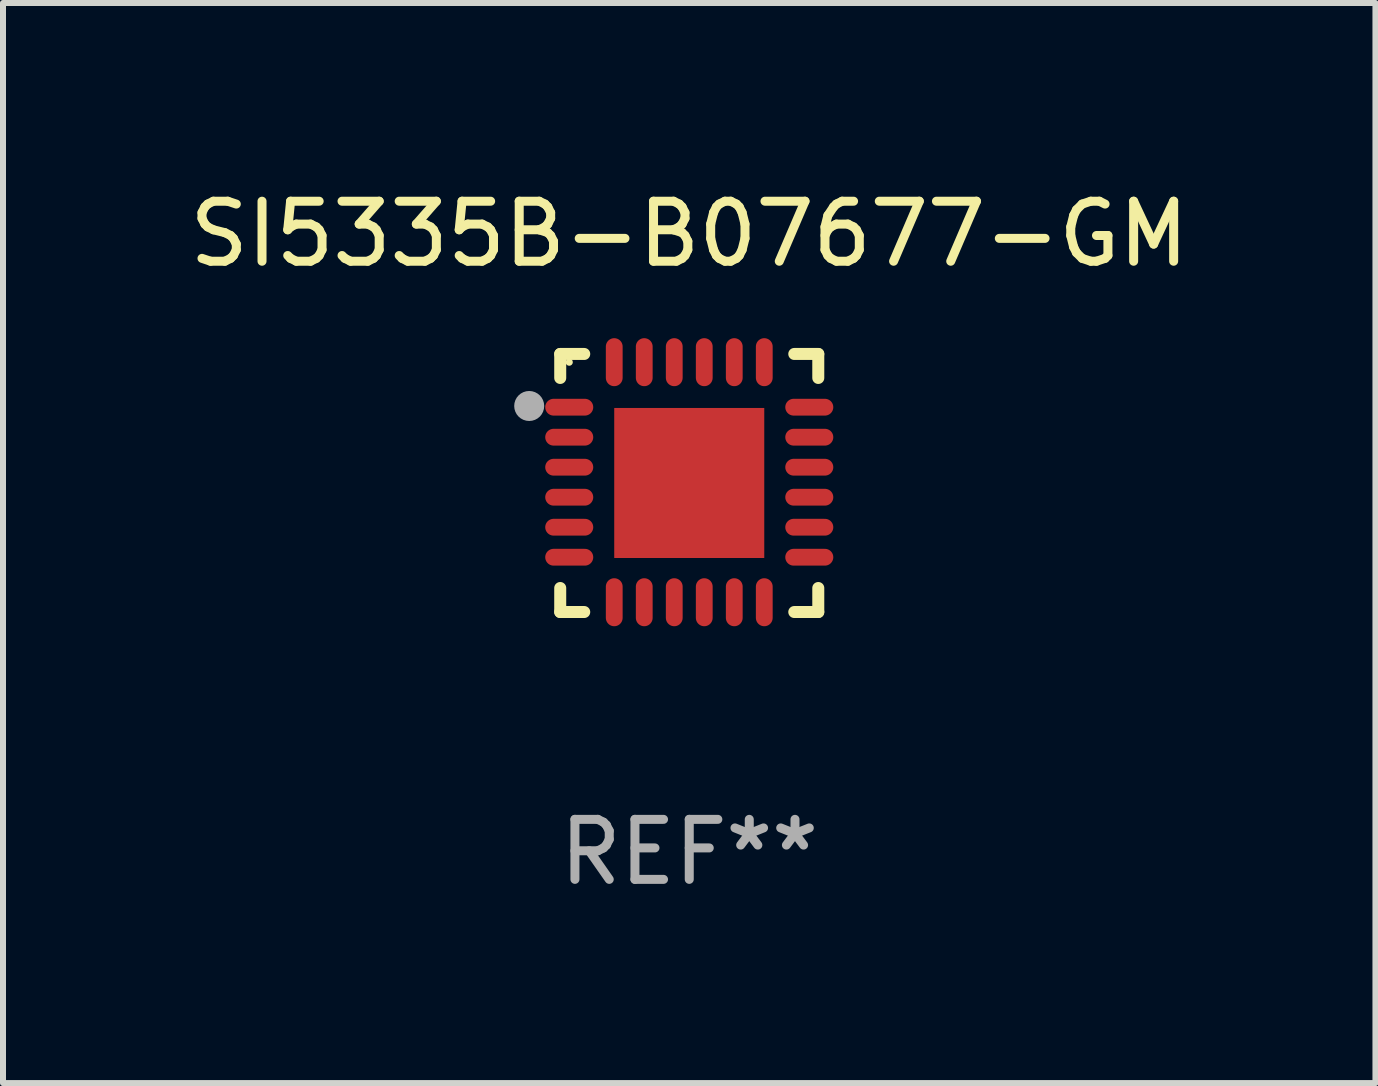
<source format=kicad_pcb>
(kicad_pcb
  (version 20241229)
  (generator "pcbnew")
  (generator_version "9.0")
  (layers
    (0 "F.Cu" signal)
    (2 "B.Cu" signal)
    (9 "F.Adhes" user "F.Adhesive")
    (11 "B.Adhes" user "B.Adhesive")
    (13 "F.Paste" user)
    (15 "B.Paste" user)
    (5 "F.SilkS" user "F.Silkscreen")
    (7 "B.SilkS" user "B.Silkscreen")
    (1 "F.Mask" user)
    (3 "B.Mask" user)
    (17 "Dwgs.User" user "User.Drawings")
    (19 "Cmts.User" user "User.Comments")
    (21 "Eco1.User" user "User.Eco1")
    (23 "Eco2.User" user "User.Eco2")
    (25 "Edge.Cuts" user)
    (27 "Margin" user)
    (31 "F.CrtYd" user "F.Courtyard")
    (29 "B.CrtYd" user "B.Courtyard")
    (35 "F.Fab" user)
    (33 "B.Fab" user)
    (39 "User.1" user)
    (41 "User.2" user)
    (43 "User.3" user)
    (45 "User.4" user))
  (footprint "SI5335B-B07677-GM"
    (layer "F.Cu")
    (at 8.435 4.998)
    (property "Reference" "SI5335B-B07677-GM" (at 0 -4.15 0) (layer "F.SilkS") (effects (font (size 1 1) (thickness 0.15))))
    (attr through_hole)
    (fp_line (start -2.15 -2.15) (end -1.75 -2.15) (stroke (width 0.2) (type solid)) (layer "F.SilkS"))
    (fp_line (start -2.15 -1.75) (end -2.15 -2.15) (stroke (width 0.2) (type solid)) (layer "F.SilkS"))
    (fp_line (start -2.15 2.15) (end -2.15 1.75) (stroke (width 0.2) (type solid)) (layer "F.SilkS"))
    (fp_line (start -1.75 2.15) (end -2.15 2.15) (stroke (width 0.2) (type solid)) (layer "F.SilkS"))
    (fp_line (start 1.75 -2.15) (end 2.15 -2.15) (stroke (width 0.2) (type solid)) (layer "F.SilkS"))
    (fp_line (start 1.75 2.15) (end 2.15 2.15) (stroke (width 0.2) (type solid)) (layer "F.SilkS"))
    (fp_line (start 2.15 -2.15) (end 2.15 -1.75) (stroke (width 0.2) (type solid)) (layer "F.SilkS"))
    (fp_line (start 2.15 2.15) (end 2.15 1.75) (stroke (width 0.2) (type solid)) (layer "F.SilkS"))
    (fp_circle (center -2 -2.013) (end -1.97 -2.013) (stroke (width 0.06) (type solid)) (fill no) (layer "F.SilkS"))
    (fp_circle (center -2.667 -1.283) (end -2.542 -1.283) (stroke (width 0.25) (type solid)) (fill no) (layer "F.Fab"))
    (fp_text user "REF**" (at 0 6.15 0) (layer "F.Fab") (effects (font (size 1 1) (thickness 0.15))))
    (pad "1" smd oval (at -2 -1.263) (size 0.8 0.28) (layers "F.Cu" "F.Mask" "F.Paste"))
    (pad "2" smd oval (at -2 -0.763) (size 0.8 0.28) (layers "F.Cu" "F.Mask" "F.Paste"))
    (pad "3" smd oval (at -2 -0.263) (size 0.8 0.28) (layers "F.Cu" "F.Mask" "F.Paste"))
    (pad "4" smd oval (at -2 0.237) (size 0.8 0.28) (layers "F.Cu" "F.Mask" "F.Paste"))
    (pad "5" smd oval (at -2 0.737) (size 0.8 0.28) (layers "F.Cu" "F.Mask" "F.Paste"))
    (pad "6" smd oval (at -2 1.237) (size 0.8 0.28) (layers "F.Cu" "F.Mask" "F.Paste"))
    (pad "7" smd oval (at -1.25 1.987) (size 0.28 0.8) (layers "F.Cu" "F.Mask" "F.Paste"))
    (pad "8" smd oval (at -0.75 1.987) (size 0.28 0.8) (layers "F.Cu" "F.Mask" "F.Paste"))
    (pad "9" smd oval (at -0.25 1.987) (size 0.28 0.8) (layers "F.Cu" "F.Mask" "F.Paste"))
    (pad "10" smd oval (at 0.25 1.987) (size 0.28 0.8) (layers "F.Cu" "F.Mask" "F.Paste"))
    (pad "11" smd oval (at 0.75 1.987) (size 0.28 0.8) (layers "F.Cu" "F.Mask" "F.Paste"))
    (pad "12" smd oval (at 1.25 1.987) (size 0.28 0.8) (layers "F.Cu" "F.Mask" "F.Paste"))
    (pad "13" smd oval (at 2 1.237) (size 0.8 0.28) (layers "F.Cu" "F.Mask" "F.Paste"))
    (pad "14" smd oval (at 2 0.737) (size 0.8 0.28) (layers "F.Cu" "F.Mask" "F.Paste"))
    (pad "15" smd oval (at 2 0.237) (size 0.8 0.28) (layers "F.Cu" "F.Mask" "F.Paste"))
    (pad "16" smd oval (at 2 -0.263) (size 0.8 0.28) (layers "F.Cu" "F.Mask" "F.Paste"))
    (pad "17" smd oval (at 2 -0.763) (size 0.8 0.28) (layers "F.Cu" "F.Mask" "F.Paste"))
    (pad "18" smd oval (at 2 -1.263) (size 0.8 0.28) (layers "F.Cu" "F.Mask" "F.Paste"))
    (pad "19" smd oval (at 1.25 -2.013) (size 0.28 0.8) (layers "F.Cu" "F.Mask" "F.Paste"))
    (pad "20" smd oval (at 0.75 -2.013) (size 0.28 0.8) (layers "F.Cu" "F.Mask" "F.Paste"))
    (pad "21" smd oval (at 0.25 -2.013) (size 0.28 0.8) (layers "F.Cu" "F.Mask" "F.Paste"))
    (pad "22" smd oval (at -0.25 -2.013) (size 0.28 0.8) (layers "F.Cu" "F.Mask" "F.Paste"))
    (pad "23" smd oval (at -0.75 -2.013) (size 0.28 0.8) (layers "F.Cu" "F.Mask" "F.Paste"))
    (pad "24" smd oval (at -1.25 -2.013) (size 0.28 0.8) (layers "F.Cu" "F.Mask" "F.Paste"))
    (pad "25" smd rect (at -0.000127 -0.00014) (size 2.5 2.5) (layers "F.Cu" "F.Mask" "F.Paste")))
  (gr_rect
    (start -3 -3)
    (end 19.869 14.997)
    (stroke (width 0.1) (type default))
    (fill no)
    (layer "Edge.Cuts")))
</source>
